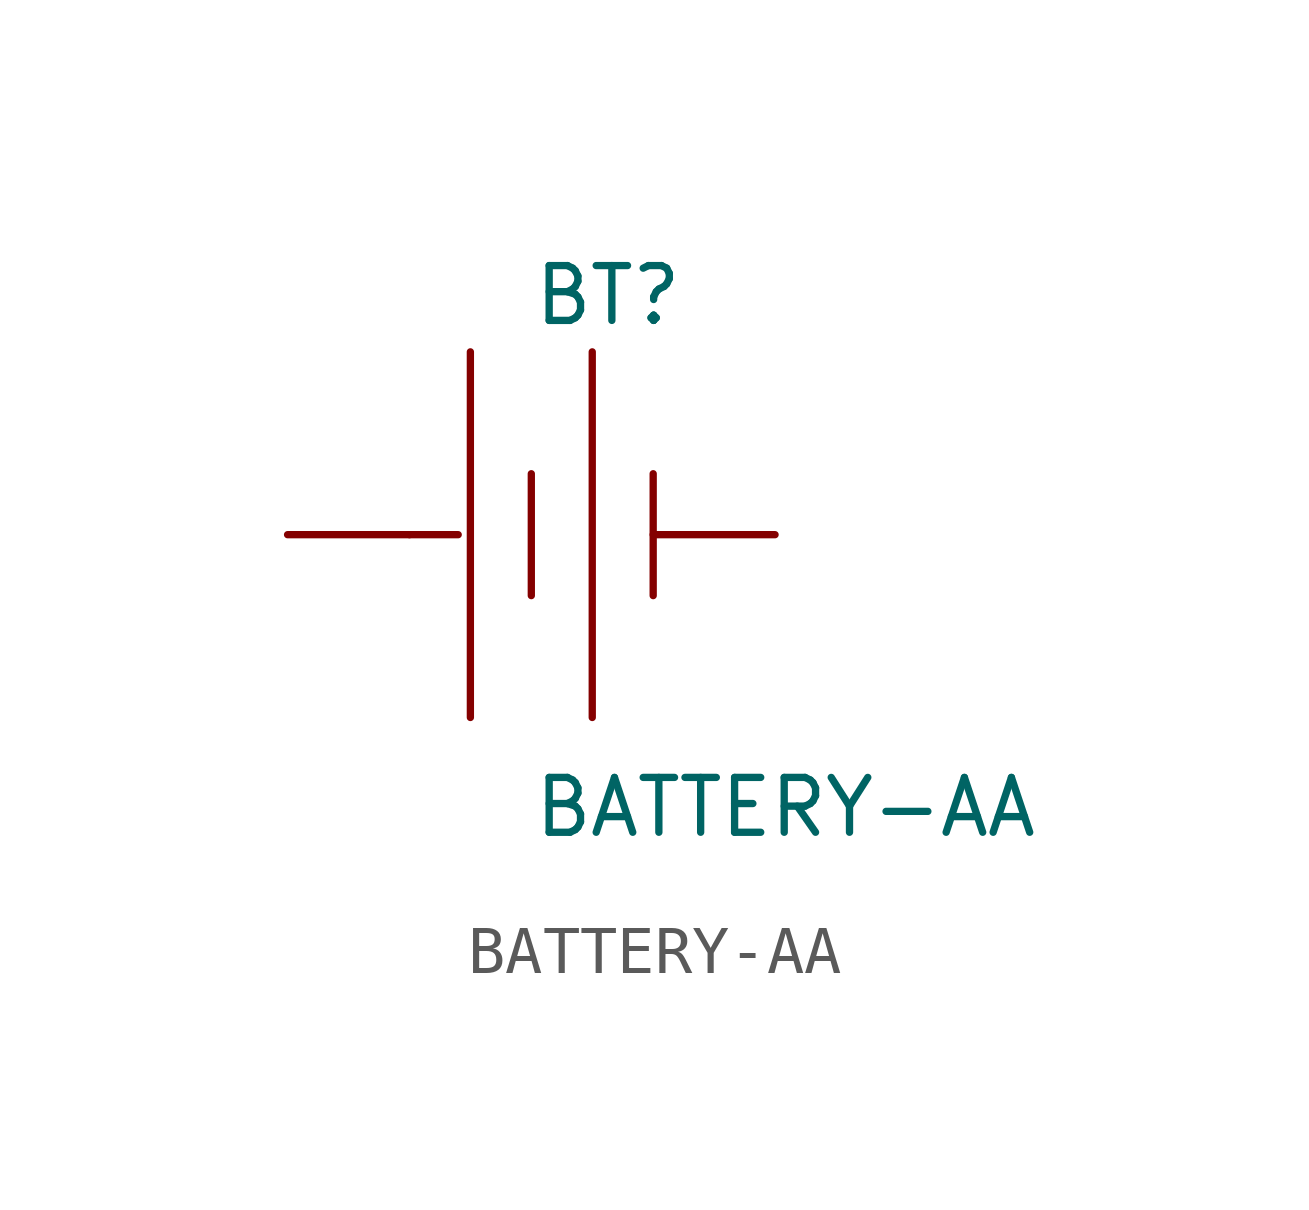
<source format=kicad_sym>
(kicad_symbol_lib
  (version 20220914)
  (generator kicad_symbol_editor)
  (symbol "BATTERY-AA"
    (pin_numbers hide)
    (pin_names
      (offset 1.016) hide)
    (property "Reference" "BT"
      (at 0 4.318 0)
      (effects (font (size 1.143 1.143)) (justify left bottom)))
    (property "Value" "BATTERY-AA"
      (at 0 -6.35 0)
      (effects (font (size 1.143 1.143)) (justify left bottom)))
    (property "ki_locked" ""
      (at 0 0 0)
      (effects (font (size 1.27 1.27))))
    (symbol "BATTERY-AA_1_0"
      (polyline (pts (xy -2.54 0) (xy -1.524 0)) (stroke (width 0) (type solid)) (fill (type none)))
      (polyline (pts (xy -1.27 3.81) (xy -1.27 -3.81)) (stroke (width 0) (type solid)) (fill (type none)))
      (polyline (pts (xy 0 1.27) (xy 0 -1.27)) (stroke (width 0) (type solid)) (fill (type none)))
      (polyline (pts (xy 1.27 3.81) (xy 1.27 -3.81)) (stroke (width 0) (type solid)) (fill (type none)))
      (polyline (pts (xy 2.54 1.27) (xy 2.54 -1.27)) (stroke (width 0) (type solid)) (fill (type none))))
    (symbol "BATTERY-AA_1_1"
      (pin power_in line (at 5.08 0 180) (length 2.54) (name "-" (effects (font (size 1.016 1.016)))) (number "GND@" (effects (font (size 1.016 1.016)))))
      (pin power_in line (at -5.08 0 0) (length 2.54) (name "+" (effects (font (size 1.016 1.016)))) (number "PWR@" (effects (font (size 1.016 1.016))))))))
</source>
